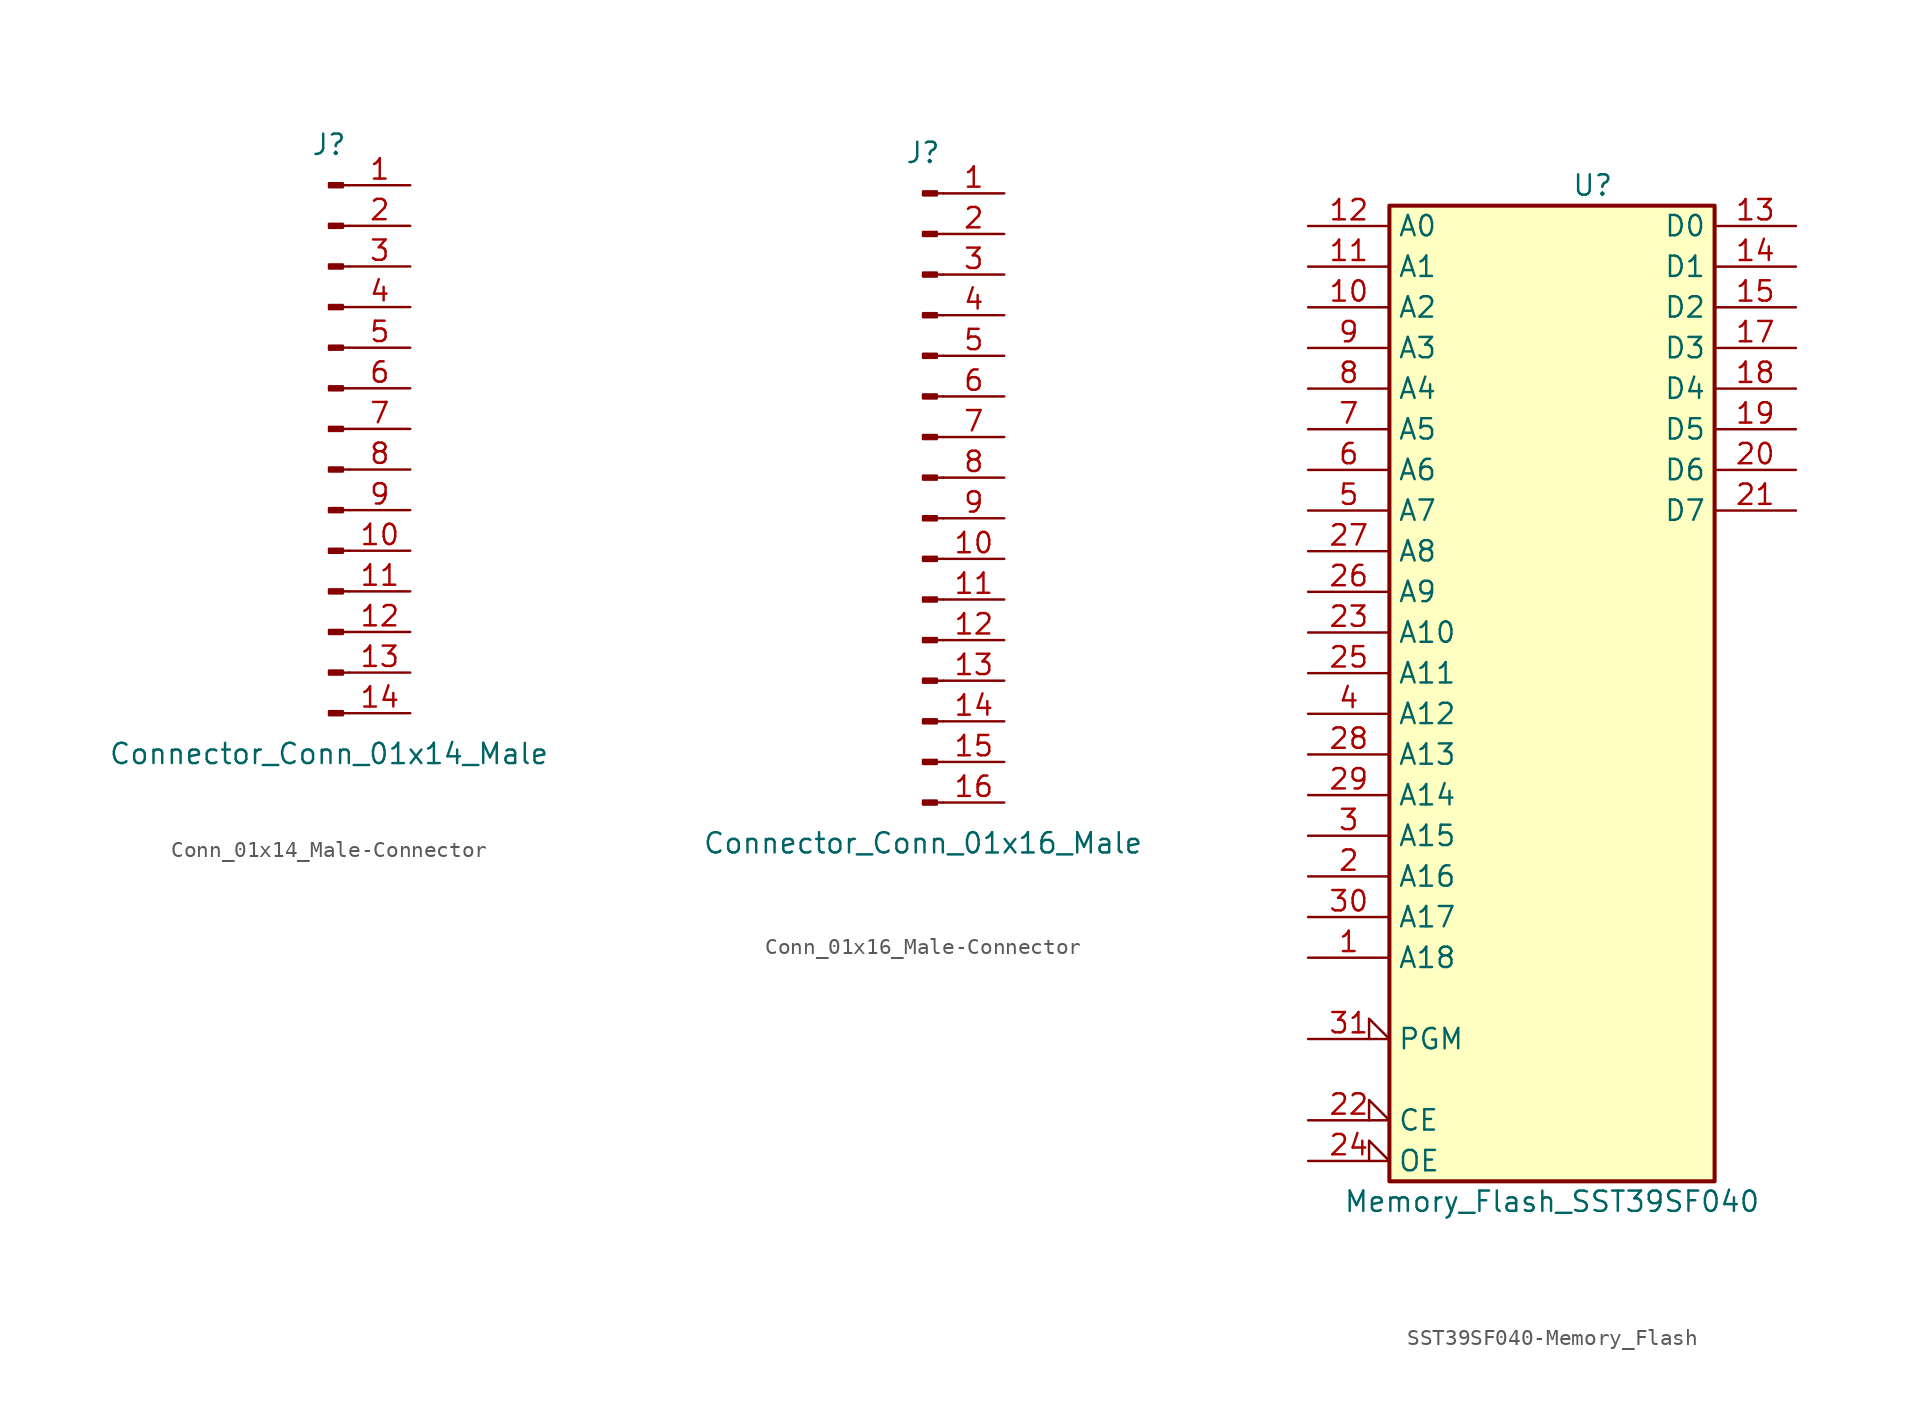
<source format=kicad_sym>
(kicad_symbol_lib
  (version 20220914)
  (generator kicad_symbol_editor)
  (symbol "Conn_01x14_Male-Connector"
    (pin_names
      (offset 1.016) hide)
    (property "Reference" "J"
      (at 0 17.78 0)
      (effects (font (size 1.27 1.27))))
    (property "Value" "Connector_Conn_01x14_Male"
      (at 0 -20.32 0)
      (effects (font (size 1.27 1.27))))
    (symbol "Conn_01x14_Male-Connector_1_1"
      (polyline (pts (xy 1.27 -17.78) (xy 0.864 -17.78)) (stroke (width 0.152) (type solid)) (fill (type none)))
      (polyline (pts (xy 1.27 -15.24) (xy 0.864 -15.24)) (stroke (width 0.152) (type solid)) (fill (type none)))
      (polyline (pts (xy 1.27 -12.7) (xy 0.864 -12.7)) (stroke (width 0.152) (type solid)) (fill (type none)))
      (polyline (pts (xy 1.27 -10.16) (xy 0.864 -10.16)) (stroke (width 0.152) (type solid)) (fill (type none)))
      (polyline (pts (xy 1.27 -7.62) (xy 0.864 -7.62)) (stroke (width 0.152) (type solid)) (fill (type none)))
      (polyline (pts (xy 1.27 -5.08) (xy 0.864 -5.08)) (stroke (width 0.152) (type solid)) (fill (type none)))
      (polyline (pts (xy 1.27 -2.54) (xy 0.864 -2.54)) (stroke (width 0.152) (type solid)) (fill (type none)))
      (polyline (pts (xy 1.27 0) (xy 0.864 0)) (stroke (width 0.152) (type solid)) (fill (type none)))
      (polyline (pts (xy 1.27 2.54) (xy 0.864 2.54)) (stroke (width 0.152) (type solid)) (fill (type none)))
      (polyline (pts (xy 1.27 5.08) (xy 0.864 5.08)) (stroke (width 0.152) (type solid)) (fill (type none)))
      (polyline (pts (xy 1.27 7.62) (xy 0.864 7.62)) (stroke (width 0.152) (type solid)) (fill (type none)))
      (polyline (pts (xy 1.27 10.16) (xy 0.864 10.16)) (stroke (width 0.152) (type solid)) (fill (type none)))
      (polyline (pts (xy 1.27 12.7) (xy 0.864 12.7)) (stroke (width 0.152) (type solid)) (fill (type none)))
      (polyline (pts (xy 1.27 15.24) (xy 0.864 15.24)) (stroke (width 0.152) (type solid)) (fill (type none)))
      (rectangle (start 0.864 -17.653) (end 0 -17.907) (stroke (width 0.152) (type solid)) (fill (type outline)))
      (rectangle (start 0.864 -15.113) (end 0 -15.367) (stroke (width 0.152) (type solid)) (fill (type outline)))
      (rectangle (start 0.864 -12.573) (end 0 -12.827) (stroke (width 0.152) (type solid)) (fill (type outline)))
      (rectangle (start 0.864 -10.033) (end 0 -10.287) (stroke (width 0.152) (type solid)) (fill (type outline)))
      (rectangle (start 0.864 -7.493) (end 0 -7.747) (stroke (width 0.152) (type solid)) (fill (type outline)))
      (rectangle (start 0.864 -4.953) (end 0 -5.207) (stroke (width 0.152) (type solid)) (fill (type outline)))
      (rectangle (start 0.864 -2.413) (end 0 -2.667) (stroke (width 0.152) (type solid)) (fill (type outline)))
      (rectangle (start 0.864 0.127) (end 0 -0.127) (stroke (width 0.152) (type solid)) (fill (type outline)))
      (rectangle (start 0.864 2.667) (end 0 2.413) (stroke (width 0.152) (type solid)) (fill (type outline)))
      (rectangle (start 0.864 5.207) (end 0 4.953) (stroke (width 0.152) (type solid)) (fill (type outline)))
      (rectangle (start 0.864 7.747) (end 0 7.493) (stroke (width 0.152) (type solid)) (fill (type outline)))
      (rectangle (start 0.864 10.287) (end 0 10.033) (stroke (width 0.152) (type solid)) (fill (type outline)))
      (rectangle (start 0.864 12.827) (end 0 12.573) (stroke (width 0.152) (type solid)) (fill (type outline)))
      (rectangle (start 0.864 15.367) (end 0 15.113) (stroke (width 0.152) (type solid)) (fill (type outline)))
      (pin passive line (at 5.08 15.24 180) (length 3.81) (name "Pin_1" (effects (font (size 1.27 1.27)))) (number "1" (effects (font (size 1.27 1.27)))))
      (pin passive line (at 5.08 -7.62 180) (length 3.81) (name "Pin_10" (effects (font (size 1.27 1.27)))) (number "10" (effects (font (size 1.27 1.27)))))
      (pin passive line (at 5.08 -10.16 180) (length 3.81) (name "Pin_11" (effects (font (size 1.27 1.27)))) (number "11" (effects (font (size 1.27 1.27)))))
      (pin passive line (at 5.08 -12.7 180) (length 3.81) (name "Pin_12" (effects (font (size 1.27 1.27)))) (number "12" (effects (font (size 1.27 1.27)))))
      (pin passive line (at 5.08 -15.24 180) (length 3.81) (name "Pin_13" (effects (font (size 1.27 1.27)))) (number "13" (effects (font (size 1.27 1.27)))))
      (pin passive line (at 5.08 -17.78 180) (length 3.81) (name "Pin_14" (effects (font (size 1.27 1.27)))) (number "14" (effects (font (size 1.27 1.27)))))
      (pin passive line (at 5.08 12.7 180) (length 3.81) (name "Pin_2" (effects (font (size 1.27 1.27)))) (number "2" (effects (font (size 1.27 1.27)))))
      (pin passive line (at 5.08 10.16 180) (length 3.81) (name "Pin_3" (effects (font (size 1.27 1.27)))) (number "3" (effects (font (size 1.27 1.27)))))
      (pin passive line (at 5.08 7.62 180) (length 3.81) (name "Pin_4" (effects (font (size 1.27 1.27)))) (number "4" (effects (font (size 1.27 1.27)))))
      (pin passive line (at 5.08 5.08 180) (length 3.81) (name "Pin_5" (effects (font (size 1.27 1.27)))) (number "5" (effects (font (size 1.27 1.27)))))
      (pin passive line (at 5.08 2.54 180) (length 3.81) (name "Pin_6" (effects (font (size 1.27 1.27)))) (number "6" (effects (font (size 1.27 1.27)))))
      (pin passive line (at 5.08 0 180) (length 3.81) (name "Pin_7" (effects (font (size 1.27 1.27)))) (number "7" (effects (font (size 1.27 1.27)))))
      (pin passive line (at 5.08 -2.54 180) (length 3.81) (name "Pin_8" (effects (font (size 1.27 1.27)))) (number "8" (effects (font (size 1.27 1.27)))))
      (pin passive line (at 5.08 -5.08 180) (length 3.81) (name "Pin_9" (effects (font (size 1.27 1.27)))) (number "9" (effects (font (size 1.27 1.27)))))))
  (symbol "Conn_01x16_Male-Connector"
    (pin_names
      (offset 1.016) hide)
    (property "Reference" "J"
      (at 0 20.32 0)
      (effects (font (size 1.27 1.27))))
    (property "Value" "Connector_Conn_01x16_Male"
      (at 0 -22.86 0)
      (effects (font (size 1.27 1.27))))
    (symbol "Conn_01x16_Male-Connector_1_1"
      (polyline (pts (xy 1.27 -20.32) (xy 0.864 -20.32)) (stroke (width 0.152) (type solid)) (fill (type none)))
      (polyline (pts (xy 1.27 -17.78) (xy 0.864 -17.78)) (stroke (width 0.152) (type solid)) (fill (type none)))
      (polyline (pts (xy 1.27 -15.24) (xy 0.864 -15.24)) (stroke (width 0.152) (type solid)) (fill (type none)))
      (polyline (pts (xy 1.27 -12.7) (xy 0.864 -12.7)) (stroke (width 0.152) (type solid)) (fill (type none)))
      (polyline (pts (xy 1.27 -10.16) (xy 0.864 -10.16)) (stroke (width 0.152) (type solid)) (fill (type none)))
      (polyline (pts (xy 1.27 -7.62) (xy 0.864 -7.62)) (stroke (width 0.152) (type solid)) (fill (type none)))
      (polyline (pts (xy 1.27 -5.08) (xy 0.864 -5.08)) (stroke (width 0.152) (type solid)) (fill (type none)))
      (polyline (pts (xy 1.27 -2.54) (xy 0.864 -2.54)) (stroke (width 0.152) (type solid)) (fill (type none)))
      (polyline (pts (xy 1.27 0) (xy 0.864 0)) (stroke (width 0.152) (type solid)) (fill (type none)))
      (polyline (pts (xy 1.27 2.54) (xy 0.864 2.54)) (stroke (width 0.152) (type solid)) (fill (type none)))
      (polyline (pts (xy 1.27 5.08) (xy 0.864 5.08)) (stroke (width 0.152) (type solid)) (fill (type none)))
      (polyline (pts (xy 1.27 7.62) (xy 0.864 7.62)) (stroke (width 0.152) (type solid)) (fill (type none)))
      (polyline (pts (xy 1.27 10.16) (xy 0.864 10.16)) (stroke (width 0.152) (type solid)) (fill (type none)))
      (polyline (pts (xy 1.27 12.7) (xy 0.864 12.7)) (stroke (width 0.152) (type solid)) (fill (type none)))
      (polyline (pts (xy 1.27 15.24) (xy 0.864 15.24)) (stroke (width 0.152) (type solid)) (fill (type none)))
      (polyline (pts (xy 1.27 17.78) (xy 0.864 17.78)) (stroke (width 0.152) (type solid)) (fill (type none)))
      (rectangle (start 0.864 -20.193) (end 0 -20.447) (stroke (width 0.152) (type solid)) (fill (type outline)))
      (rectangle (start 0.864 -17.653) (end 0 -17.907) (stroke (width 0.152) (type solid)) (fill (type outline)))
      (rectangle (start 0.864 -15.113) (end 0 -15.367) (stroke (width 0.152) (type solid)) (fill (type outline)))
      (rectangle (start 0.864 -12.573) (end 0 -12.827) (stroke (width 0.152) (type solid)) (fill (type outline)))
      (rectangle (start 0.864 -10.033) (end 0 -10.287) (stroke (width 0.152) (type solid)) (fill (type outline)))
      (rectangle (start 0.864 -7.493) (end 0 -7.747) (stroke (width 0.152) (type solid)) (fill (type outline)))
      (rectangle (start 0.864 -4.953) (end 0 -5.207) (stroke (width 0.152) (type solid)) (fill (type outline)))
      (rectangle (start 0.864 -2.413) (end 0 -2.667) (stroke (width 0.152) (type solid)) (fill (type outline)))
      (rectangle (start 0.864 0.127) (end 0 -0.127) (stroke (width 0.152) (type solid)) (fill (type outline)))
      (rectangle (start 0.864 2.667) (end 0 2.413) (stroke (width 0.152) (type solid)) (fill (type outline)))
      (rectangle (start 0.864 5.207) (end 0 4.953) (stroke (width 0.152) (type solid)) (fill (type outline)))
      (rectangle (start 0.864 7.747) (end 0 7.493) (stroke (width 0.152) (type solid)) (fill (type outline)))
      (rectangle (start 0.864 10.287) (end 0 10.033) (stroke (width 0.152) (type solid)) (fill (type outline)))
      (rectangle (start 0.864 12.827) (end 0 12.573) (stroke (width 0.152) (type solid)) (fill (type outline)))
      (rectangle (start 0.864 15.367) (end 0 15.113) (stroke (width 0.152) (type solid)) (fill (type outline)))
      (rectangle (start 0.864 17.907) (end 0 17.653) (stroke (width 0.152) (type solid)) (fill (type outline)))
      (pin passive line (at 5.08 17.78 180) (length 3.81) (name "Pin_1" (effects (font (size 1.27 1.27)))) (number "1" (effects (font (size 1.27 1.27)))))
      (pin passive line (at 5.08 -5.08 180) (length 3.81) (name "Pin_10" (effects (font (size 1.27 1.27)))) (number "10" (effects (font (size 1.27 1.27)))))
      (pin passive line (at 5.08 -7.62 180) (length 3.81) (name "Pin_11" (effects (font (size 1.27 1.27)))) (number "11" (effects (font (size 1.27 1.27)))))
      (pin passive line (at 5.08 -10.16 180) (length 3.81) (name "Pin_12" (effects (font (size 1.27 1.27)))) (number "12" (effects (font (size 1.27 1.27)))))
      (pin passive line (at 5.08 -12.7 180) (length 3.81) (name "Pin_13" (effects (font (size 1.27 1.27)))) (number "13" (effects (font (size 1.27 1.27)))))
      (pin passive line (at 5.08 -15.24 180) (length 3.81) (name "Pin_14" (effects (font (size 1.27 1.27)))) (number "14" (effects (font (size 1.27 1.27)))))
      (pin passive line (at 5.08 -17.78 180) (length 3.81) (name "Pin_15" (effects (font (size 1.27 1.27)))) (number "15" (effects (font (size 1.27 1.27)))))
      (pin passive line (at 5.08 -20.32 180) (length 3.81) (name "Pin_16" (effects (font (size 1.27 1.27)))) (number "16" (effects (font (size 1.27 1.27)))))
      (pin passive line (at 5.08 15.24 180) (length 3.81) (name "Pin_2" (effects (font (size 1.27 1.27)))) (number "2" (effects (font (size 1.27 1.27)))))
      (pin passive line (at 5.08 12.7 180) (length 3.81) (name "Pin_3" (effects (font (size 1.27 1.27)))) (number "3" (effects (font (size 1.27 1.27)))))
      (pin passive line (at 5.08 10.16 180) (length 3.81) (name "Pin_4" (effects (font (size 1.27 1.27)))) (number "4" (effects (font (size 1.27 1.27)))))
      (pin passive line (at 5.08 7.62 180) (length 3.81) (name "Pin_5" (effects (font (size 1.27 1.27)))) (number "5" (effects (font (size 1.27 1.27)))))
      (pin passive line (at 5.08 5.08 180) (length 3.81) (name "Pin_6" (effects (font (size 1.27 1.27)))) (number "6" (effects (font (size 1.27 1.27)))))
      (pin passive line (at 5.08 2.54 180) (length 3.81) (name "Pin_7" (effects (font (size 1.27 1.27)))) (number "7" (effects (font (size 1.27 1.27)))))
      (pin passive line (at 5.08 0 180) (length 3.81) (name "Pin_8" (effects (font (size 1.27 1.27)))) (number "8" (effects (font (size 1.27 1.27)))))
      (pin passive line (at 5.08 -2.54 180) (length 3.81) (name "Pin_9" (effects (font (size 1.27 1.27)))) (number "9" (effects (font (size 1.27 1.27)))))))
  (symbol "SST39SF040-Memory_Flash"
    (property "Reference" "U"
      (at 2.54 33.02 0)
      (effects (font (size 1.27 1.27))))
    (property "Value" "Memory_Flash_SST39SF040"
      (at 0 -30.48 0)
      (effects (font (size 1.27 1.27))))
    (symbol "SST39SF040-Memory_Flash_0_0"
      (pin power_in line (at 0 -30.48 90) (length 1.27) hide (name "GND" (effects (font (size 1.27 1.27)))) (number "16" (effects (font (size 1.27 1.27)))))
      (pin power_in line (at 0 33.02 270) (length 1.27) hide (name "VCC" (effects (font (size 1.27 1.27)))) (number "32" (effects (font (size 1.27 1.27))))))
    (symbol "SST39SF040-Memory_Flash_0_1"
      (rectangle (start -10.16 31.75) (end 10.16 -29.21) (stroke (width 0.254) (type solid)) (fill (type background))))
    (symbol "SST39SF040-Memory_Flash_1_1"
      (pin input line (at -15.24 -15.24 0) (length 5.08) (name "A18" (effects (font (size 1.27 1.27)))) (number "1" (effects (font (size 1.27 1.27)))))
      (pin input line (at -15.24 25.4 0) (length 5.08) (name "A2" (effects (font (size 1.27 1.27)))) (number "10" (effects (font (size 1.27 1.27)))))
      (pin input line (at -15.24 27.94 0) (length 5.08) (name "A1" (effects (font (size 1.27 1.27)))) (number "11" (effects (font (size 1.27 1.27)))))
      (pin input line (at -15.24 30.48 0) (length 5.08) (name "A0" (effects (font (size 1.27 1.27)))) (number "12" (effects (font (size 1.27 1.27)))))
      (pin tri_state line (at 15.24 30.48 180) (length 5.08) (name "D0" (effects (font (size 1.27 1.27)))) (number "13" (effects (font (size 1.27 1.27)))))
      (pin tri_state line (at 15.24 27.94 180) (length 5.08) (name "D1" (effects (font (size 1.27 1.27)))) (number "14" (effects (font (size 1.27 1.27)))))
      (pin tri_state line (at 15.24 25.4 180) (length 5.08) (name "D2" (effects (font (size 1.27 1.27)))) (number "15" (effects (font (size 1.27 1.27)))))
      (pin tri_state line (at 15.24 22.86 180) (length 5.08) (name "D3" (effects (font (size 1.27 1.27)))) (number "17" (effects (font (size 1.27 1.27)))))
      (pin tri_state line (at 15.24 20.32 180) (length 5.08) (name "D4" (effects (font (size 1.27 1.27)))) (number "18" (effects (font (size 1.27 1.27)))))
      (pin tri_state line (at 15.24 17.78 180) (length 5.08) (name "D5" (effects (font (size 1.27 1.27)))) (number "19" (effects (font (size 1.27 1.27)))))
      (pin input line (at -15.24 -10.16 0) (length 5.08) (name "A16" (effects (font (size 1.27 1.27)))) (number "2" (effects (font (size 1.27 1.27)))))
      (pin tri_state line (at 15.24 15.24 180) (length 5.08) (name "D6" (effects (font (size 1.27 1.27)))) (number "20" (effects (font (size 1.27 1.27)))))
      (pin tri_state line (at 15.24 12.7 180) (length 5.08) (name "D7" (effects (font (size 1.27 1.27)))) (number "21" (effects (font (size 1.27 1.27)))))
      (pin input input_low (at -15.24 -25.4 0) (length 5.08) (name "CE" (effects (font (size 1.27 1.27)))) (number "22" (effects (font (size 1.27 1.27)))))
      (pin input line (at -15.24 5.08 0) (length 5.08) (name "A10" (effects (font (size 1.27 1.27)))) (number "23" (effects (font (size 1.27 1.27)))))
      (pin input input_low (at -15.24 -27.94 0) (length 5.08) (name "OE" (effects (font (size 1.27 1.27)))) (number "24" (effects (font (size 1.27 1.27)))))
      (pin input line (at -15.24 2.54 0) (length 5.08) (name "A11" (effects (font (size 1.27 1.27)))) (number "25" (effects (font (size 1.27 1.27)))))
      (pin input line (at -15.24 7.62 0) (length 5.08) (name "A9" (effects (font (size 1.27 1.27)))) (number "26" (effects (font (size 1.27 1.27)))))
      (pin input line (at -15.24 10.16 0) (length 5.08) (name "A8" (effects (font (size 1.27 1.27)))) (number "27" (effects (font (size 1.27 1.27)))))
      (pin input line (at -15.24 -2.54 0) (length 5.08) (name "A13" (effects (font (size 1.27 1.27)))) (number "28" (effects (font (size 1.27 1.27)))))
      (pin input line (at -15.24 -5.08 0) (length 5.08) (name "A14" (effects (font (size 1.27 1.27)))) (number "29" (effects (font (size 1.27 1.27)))))
      (pin input line (at -15.24 -7.62 0) (length 5.08) (name "A15" (effects (font (size 1.27 1.27)))) (number "3" (effects (font (size 1.27 1.27)))))
      (pin input line (at -15.24 -12.7 0) (length 5.08) (name "A17" (effects (font (size 1.27 1.27)))) (number "30" (effects (font (size 1.27 1.27)))))
      (pin input input_low (at -15.24 -20.32 0) (length 5.08) (name "PGM" (effects (font (size 1.27 1.27)))) (number "31" (effects (font (size 1.27 1.27)))))
      (pin input line (at -15.24 0 0) (length 5.08) (name "A12" (effects (font (size 1.27 1.27)))) (number "4" (effects (font (size 1.27 1.27)))))
      (pin input line (at -15.24 12.7 0) (length 5.08) (name "A7" (effects (font (size 1.27 1.27)))) (number "5" (effects (font (size 1.27 1.27)))))
      (pin input line (at -15.24 15.24 0) (length 5.08) (name "A6" (effects (font (size 1.27 1.27)))) (number "6" (effects (font (size 1.27 1.27)))))
      (pin input line (at -15.24 17.78 0) (length 5.08) (name "A5" (effects (font (size 1.27 1.27)))) (number "7" (effects (font (size 1.27 1.27)))))
      (pin input line (at -15.24 20.32 0) (length 5.08) (name "A4" (effects (font (size 1.27 1.27)))) (number "8" (effects (font (size 1.27 1.27)))))
      (pin input line (at -15.24 22.86 0) (length 5.08) (name "A3" (effects (font (size 1.27 1.27)))) (number "9" (effects (font (size 1.27 1.27))))))))
</source>
